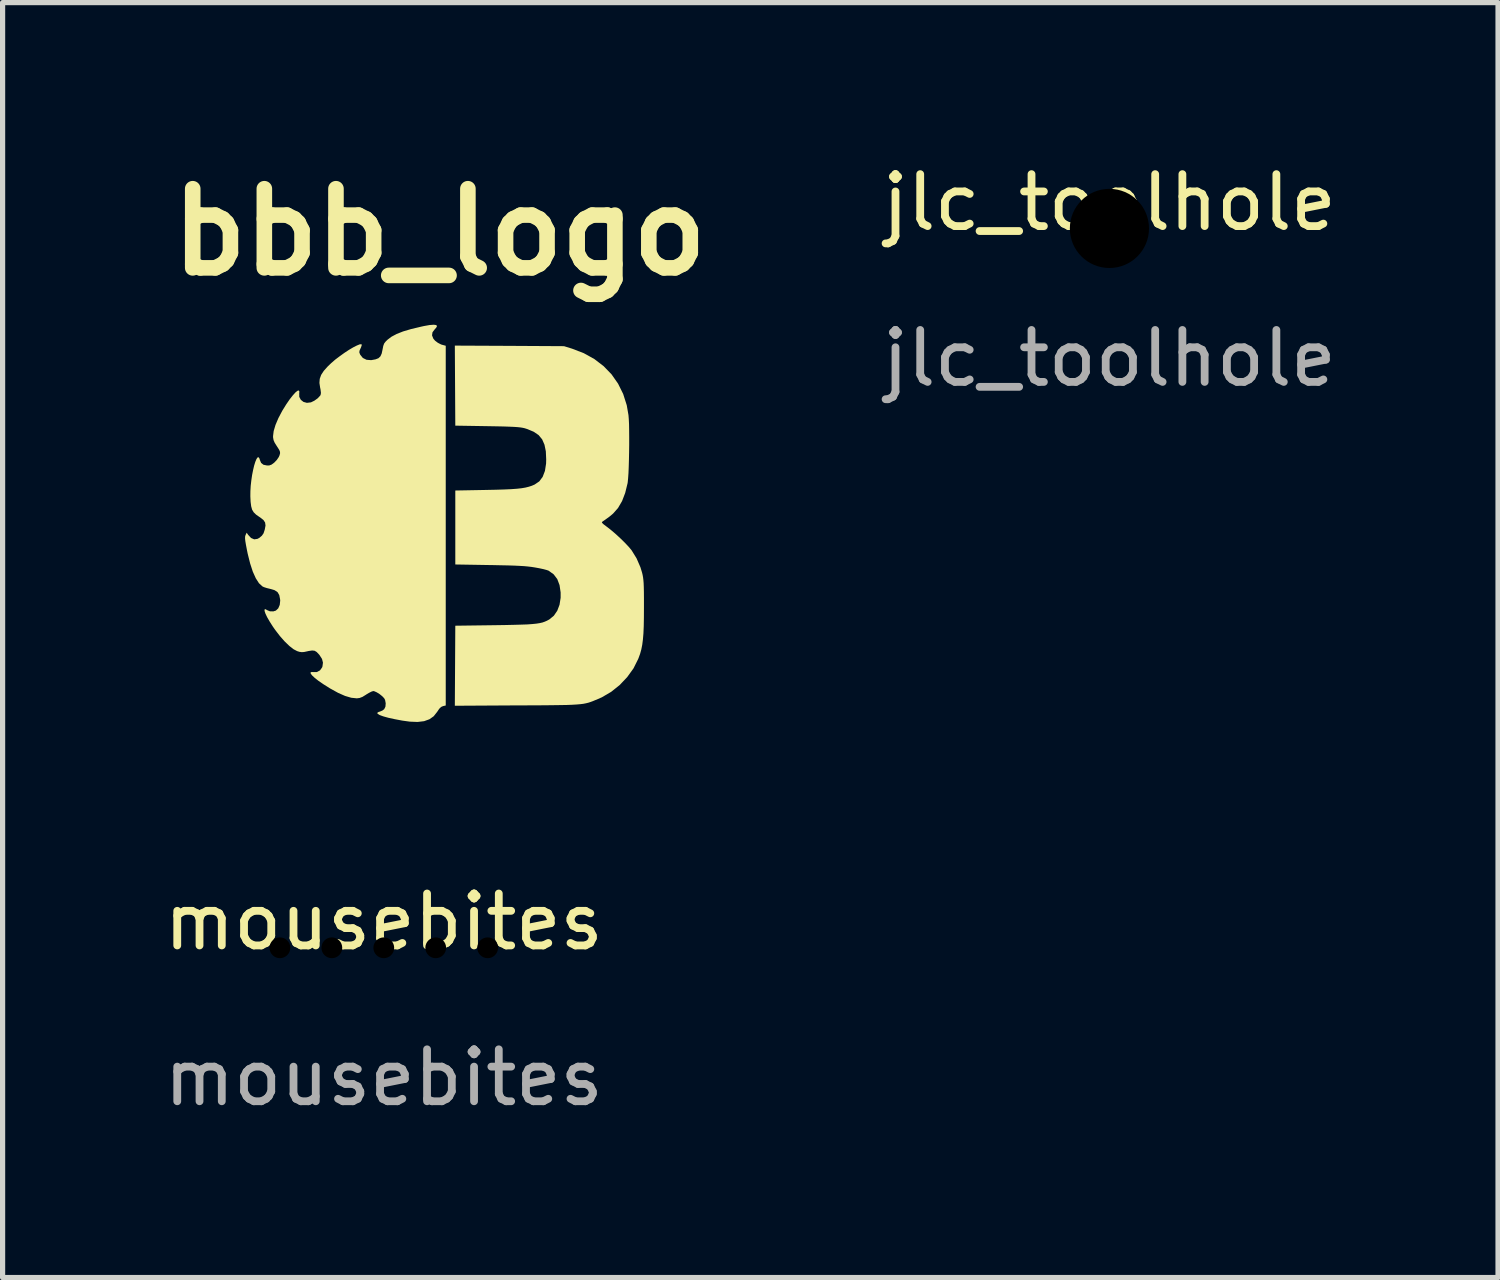
<source format=kicad_pcb>
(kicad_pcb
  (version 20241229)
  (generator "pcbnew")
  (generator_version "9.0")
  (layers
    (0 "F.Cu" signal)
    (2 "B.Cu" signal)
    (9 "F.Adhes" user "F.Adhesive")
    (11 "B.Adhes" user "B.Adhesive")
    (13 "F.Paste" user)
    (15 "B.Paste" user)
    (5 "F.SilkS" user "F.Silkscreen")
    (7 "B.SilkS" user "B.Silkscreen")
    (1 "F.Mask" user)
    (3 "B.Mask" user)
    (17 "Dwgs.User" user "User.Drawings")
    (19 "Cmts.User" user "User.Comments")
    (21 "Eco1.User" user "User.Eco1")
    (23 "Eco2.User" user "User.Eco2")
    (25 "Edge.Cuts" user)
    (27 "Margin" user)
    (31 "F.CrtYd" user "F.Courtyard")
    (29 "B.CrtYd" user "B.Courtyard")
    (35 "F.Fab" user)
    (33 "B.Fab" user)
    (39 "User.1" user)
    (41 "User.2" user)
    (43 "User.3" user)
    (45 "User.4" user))
  (footprint "bbb_logo"
    (layer "F.Cu")
    (at 5.514 7.018)
    (property "Reference" "bbb_logo" (at -0.1 -5.6 0) (layer "F.SilkS") (effects (font (size 1.524 1.524) (thickness 0.3))))
    (fp_poly (pts (xy 1.244 -3.409) (xy 2.295 -3.403) (xy 2.45 -3.355) (xy 2.676 -3.268) (xy 2.878 -3.156) (xy 3.057 -3.019) (xy 3.21 -2.861) (xy 3.336 -2.681) (xy 3.434 -2.483) (xy 3.503 -2.266) (xy 3.536 -2.076) (xy 3.542 -2.002) (xy 3.547 -1.903) (xy 3.549 -1.782) (xy 3.55 -1.647) (xy 3.55 -1.503) (xy 3.548 -1.356) (xy 3.545 -1.212) (xy 3.541 -1.077) (xy 3.536 -0.957) (xy 3.529 -0.858) (xy 3.522 -0.786) (xy 3.519 -0.765) (xy 3.473 -0.578) (xy 3.413 -0.421) (xy 3.336 -0.289) (xy 3.24 -0.18) (xy 3.172 -0.123) (xy 3.116 -0.082) (xy 3.068 -0.048) (xy 3.037 -0.027) (xy 3.036 -0.026) (xy 3.024 -0.015) (xy 3.03 0.001) (xy 3.056 0.026) (xy 3.106 0.064) (xy 3.125 0.078) (xy 3.205 0.141) (xy 3.295 0.218) (xy 3.387 0.303) (xy 3.473 0.388) (xy 3.546 0.466) (xy 3.597 0.528) (xy 3.692 0.682) (xy 3.767 0.855) (xy 3.799 0.961) (xy 3.809 1.004) (xy 3.817 1.049) (xy 3.823 1.098) (xy 3.828 1.158) (xy 3.831 1.233) (xy 3.833 1.327) (xy 3.834 1.447) (xy 3.834 1.595) (xy 3.834 1.631) (xy 3.833 1.826) (xy 3.83 1.99) (xy 3.824 2.128) (xy 3.814 2.246) (xy 3.801 2.347) (xy 3.783 2.437) (xy 3.76 2.52) (xy 3.731 2.6) (xy 3.723 2.62) (xy 3.633 2.8) (xy 3.512 2.968) (xy 3.367 3.121) (xy 3.203 3.252) (xy 3.024 3.357) (xy 2.949 3.39) (xy 2.896 3.412) (xy 2.848 3.432) (xy 2.805 3.448) (xy 2.761 3.462) (xy 2.715 3.473) (xy 2.664 3.483) (xy 2.605 3.49) (xy 2.534 3.496) (xy 2.45 3.501) (xy 2.349 3.505) (xy 2.228 3.507) (xy 2.085 3.509) (xy 1.916 3.511) (xy 1.719 3.512) (xy 1.49 3.513) (xy 1.394 3.513) (xy 0.193 3.52) (xy 0.202 1.979) (xy 0.959 1.969) (xy 1.16 1.966) (xy 1.331 1.962) (xy 1.473 1.958) (xy 1.59 1.954) (xy 1.685 1.947) (xy 1.763 1.939) (xy 1.827 1.929) (xy 1.88 1.917) (xy 1.925 1.901) (xy 1.966 1.883) (xy 2.007 1.861) (xy 2.015 1.856) (xy 2.099 1.787) (xy 2.165 1.691) (xy 2.209 1.575) (xy 2.23 1.441) (xy 2.23 1.338) (xy 2.209 1.197) (xy 2.165 1.081) (xy 2.096 0.99) (xy 2.002 0.922) (xy 1.997 0.919) (xy 1.96 0.906) (xy 1.896 0.889) (xy 1.816 0.872) (xy 1.733 0.857) (xy 1.669 0.847) (xy 1.602 0.839) (xy 1.528 0.832) (xy 1.442 0.827) (xy 1.34 0.822) (xy 1.217 0.818) (xy 1.068 0.815) (xy 0.89 0.811) (xy 0.862 0.811) (xy 0.202 0.8) (xy 0.202 -0.624) (xy 0.792 -0.635) (xy 0.983 -0.639) (xy 1.144 -0.644) (xy 1.277 -0.65) (xy 1.387 -0.658) (xy 1.478 -0.668) (xy 1.554 -0.681) (xy 1.618 -0.697) (xy 1.676 -0.716) (xy 1.731 -0.74) (xy 1.731 -0.74) (xy 1.819 -0.8) (xy 1.884 -0.887) (xy 1.928 -1.002) (xy 1.95 -1.144) (xy 1.952 -1.224) (xy 1.945 -1.379) (xy 1.919 -1.506) (xy 1.874 -1.609) (xy 1.806 -1.691) (xy 1.712 -1.755) (xy 1.591 -1.806) (xy 1.538 -1.823) (xy 1.503 -1.831) (xy 1.46 -1.838) (xy 1.406 -1.844) (xy 1.335 -1.849) (xy 1.245 -1.853) (xy 1.132 -1.857) (xy 0.991 -1.86) (xy 0.819 -1.863) (xy 0.818 -1.863) (xy 0.202 -1.873) (xy 0.193 -3.414)) (stroke (width 0) (type solid)) (fill yes) (layer "F.SilkS"))
    (fp_poly (pts (xy -0.166 -3.81) (xy -0.15 -3.79) (xy -0.167 -3.757) (xy -0.192 -3.73) (xy -0.237 -3.671) (xy -0.246 -3.611) (xy -0.221 -3.548) (xy -0.188 -3.509) (xy -0.134 -3.468) (xy -0.072 -3.436) (xy -0.056 -3.431) (xy 0.018 -3.411) (xy 0.018 3.515) (xy -0.035 3.527) (xy -0.071 3.543) (xy -0.107 3.578) (xy -0.149 3.64) (xy -0.149 3.64) (xy -0.214 3.722) (xy -0.296 3.78) (xy -0.399 3.817) (xy -0.524 3.832) (xy -0.674 3.826) (xy -0.818 3.806) (xy -0.966 3.778) (xy -1.089 3.751) (xy -1.186 3.724) (xy -1.254 3.699) (xy -1.293 3.676) (xy -1.3 3.656) (xy -1.274 3.639) (xy -1.251 3.633) (xy -1.201 3.612) (xy -1.167 3.586) (xy -1.143 3.537) (xy -1.138 3.473) (xy -1.15 3.408) (xy -1.167 3.376) (xy -1.204 3.337) (xy -1.255 3.296) (xy -1.311 3.261) (xy -1.359 3.24) (xy -1.377 3.237) (xy -1.408 3.246) (xy -1.458 3.271) (xy -1.515 3.305) (xy -1.517 3.307) (xy -1.585 3.349) (xy -1.64 3.37) (xy -1.692 3.377) (xy -1.696 3.377) (xy -1.801 3.366) (xy -1.92 3.331) (xy -2.054 3.272) (xy -2.208 3.187) (xy -2.343 3.102) (xy -2.434 3.039) (xy -2.506 2.982) (xy -2.556 2.935) (xy -2.583 2.899) (xy -2.584 2.876) (xy -2.559 2.87) (xy -2.537 2.872) (xy -2.464 2.871) (xy -2.403 2.839) (xy -2.362 2.781) (xy -2.356 2.764) (xy -2.346 2.69) (xy -2.364 2.619) (xy -2.413 2.543) (xy -2.424 2.53) (xy -2.467 2.485) (xy -2.507 2.461) (xy -2.555 2.456) (xy -2.622 2.466) (xy -2.644 2.471) (xy -2.709 2.485) (xy -2.755 2.488) (xy -2.798 2.482) (xy -2.843 2.468) (xy -2.912 2.432) (xy -2.993 2.369) (xy -3.082 2.283) (xy -3.174 2.179) (xy -3.265 2.061) (xy -3.311 1.995) (xy -3.372 1.899) (xy -3.42 1.816) (xy -3.453 1.747) (xy -3.47 1.696) (xy -3.471 1.667) (xy -3.454 1.66) (xy -3.419 1.68) (xy -3.366 1.702) (xy -3.302 1.703) (xy -3.253 1.688) (xy -3.207 1.645) (xy -3.178 1.578) (xy -3.169 1.495) (xy -3.171 1.473) (xy -3.187 1.39) (xy -3.22 1.333) (xy -3.277 1.295) (xy -3.361 1.27) (xy -3.427 1.254) (xy -3.483 1.236) (xy -3.513 1.221) (xy -3.578 1.161) (xy -3.639 1.066) (xy -3.696 0.94) (xy -3.748 0.781) (xy -3.795 0.593) (xy -3.81 0.52) (xy -3.829 0.42) (xy -3.841 0.348) (xy -3.846 0.298) (xy -3.845 0.263) (xy -3.838 0.238) (xy -3.837 0.235) (xy -3.815 0.188) (xy -3.786 0.23) (xy -3.73 0.29) (xy -3.67 0.316) (xy -3.607 0.307) (xy -3.57 0.287) (xy -3.522 0.246) (xy -3.49 0.2) (xy -3.468 0.133) (xy -3.466 0.125) (xy -3.452 0.05) (xy -3.46 -0.008) (xy -3.492 -0.056) (xy -3.554 -0.105) (xy -3.571 -0.116) (xy -3.634 -0.16) (xy -3.679 -0.204) (xy -3.71 -0.255) (xy -3.728 -0.32) (xy -3.739 -0.406) (xy -3.744 -0.511) (xy -3.743 -0.611) (xy -3.737 -0.715) (xy -3.725 -0.821) (xy -3.71 -0.923) (xy -3.691 -1.019) (xy -3.671 -1.104) (xy -3.649 -1.175) (xy -3.627 -1.228) (xy -3.606 -1.26) (xy -3.587 -1.266) (xy -3.57 -1.243) (xy -3.562 -1.216) (xy -3.537 -1.156) (xy -3.492 -1.12) (xy -3.423 -1.106) (xy -3.382 -1.106) (xy -3.337 -1.122) (xy -3.285 -1.16) (xy -3.235 -1.212) (xy -3.197 -1.268) (xy -3.182 -1.302) (xy -3.172 -1.339) (xy -3.173 -1.368) (xy -3.186 -1.402) (xy -3.215 -1.449) (xy -3.234 -1.478) (xy -3.275 -1.543) (xy -3.297 -1.594) (xy -3.306 -1.643) (xy -3.307 -1.67) (xy -3.295 -1.768) (xy -3.26 -1.886) (xy -3.204 -2.018) (xy -3.129 -2.16) (xy -3.051 -2.286) (xy -2.984 -2.383) (xy -2.924 -2.459) (xy -2.874 -2.514) (xy -2.835 -2.545) (xy -2.81 -2.55) (xy -2.8 -2.529) (xy -2.803 -2.497) (xy -2.802 -2.427) (xy -2.772 -2.37) (xy -2.721 -2.33) (xy -2.655 -2.312) (xy -2.58 -2.321) (xy -2.576 -2.322) (xy -2.512 -2.353) (xy -2.449 -2.398) (xy -2.402 -2.448) (xy -2.392 -2.463) (xy -2.385 -2.503) (xy -2.393 -2.57) (xy -2.401 -2.608) (xy -2.414 -2.696) (xy -2.408 -2.774) (xy -2.381 -2.85) (xy -2.33 -2.928) (xy -2.253 -3.014) (xy -2.186 -3.078) (xy -2.11 -3.144) (xy -2.024 -3.209) (xy -1.935 -3.273) (xy -1.847 -3.331) (xy -1.764 -3.38) (xy -1.693 -3.416) (xy -1.639 -3.438) (xy -1.605 -3.441) (xy -1.603 -3.44) (xy -1.6 -3.42) (xy -1.613 -3.381) (xy -1.622 -3.361) (xy -1.642 -3.316) (xy -1.646 -3.284) (xy -1.634 -3.251) (xy -1.628 -3.238) (xy -1.578 -3.176) (xy -1.507 -3.141) (xy -1.418 -3.134) (xy -1.335 -3.149) (xy -1.278 -3.171) (xy -1.24 -3.207) (xy -1.215 -3.262) (xy -1.198 -3.342) (xy -1.185 -3.408) (xy -1.168 -3.454) (xy -1.139 -3.492) (xy -1.101 -3.529) (xy -1.025 -3.586) (xy -0.927 -3.638) (xy -0.803 -3.687) (xy -0.651 -3.732) (xy -0.467 -3.776) (xy -0.405 -3.79) (xy -0.293 -3.81) (xy -0.213 -3.816)) (stroke (width 0) (type solid)) (fill yes) (layer "F.SilkS")))
  (footprint "mousebites"
    (layer "F.Cu")
    (at 4.339 15.198)
    (property "Reference" "mousebites" (at 0 -0.5 0) (unlocked yes) (layer "F.SilkS") (effects (font (size 1 1) (thickness 0.15))))
    (fp_text user "${REFERENCE}" (at 0 2.5 0) (unlocked yes) (layer "F.Fab") (effects (font (size 1 1) (thickness 0.15))))
    (pad "" np_thru_hole circle (at -2 0) (size 0.8 0.8) (drill 0.4) (layers "*.Mask"))
    (pad "" np_thru_hole circle (at -1 0) (size 0.8 0.8) (drill 0.4) (layers "*.Mask"))
    (pad "" np_thru_hole circle (at 0 0) (size 0.8 0.8) (drill 0.4) (layers "*.Mask"))
    (pad "" np_thru_hole circle (at 1 0) (size 0.8 0.8) (drill 0.4) (layers "*.Mask"))
    (pad "" np_thru_hole circle (at 2 0) (size 0.8 0.8) (drill 0.4) (layers "*.Mask")))
  (footprint "jlc_toolhole"
    (layer "F.Cu")
    (at 18.31 1.348)
    (property "Reference" "jlc_toolhole" (at 0 -0.5 0) (unlocked yes) (layer "F.SilkS") (effects (font (size 1 1) (thickness 0.15))))
    (fp_text user "${REFERENCE}" (at 0 2.5 0) (unlocked yes) (layer "F.Fab") (effects (font (size 1 1) (thickness 0.15))))
    (pad "" np_thru_hole circle (at 0 0) (size 1.8 1.8) (drill 1.524) (layers "*.Mask")))
  (gr_rect
    (start -3 -3)
    (end 25.792 21.547)
    (stroke (width 0.1) (type default))
    (fill no)
    (layer "Edge.Cuts")))
</source>
